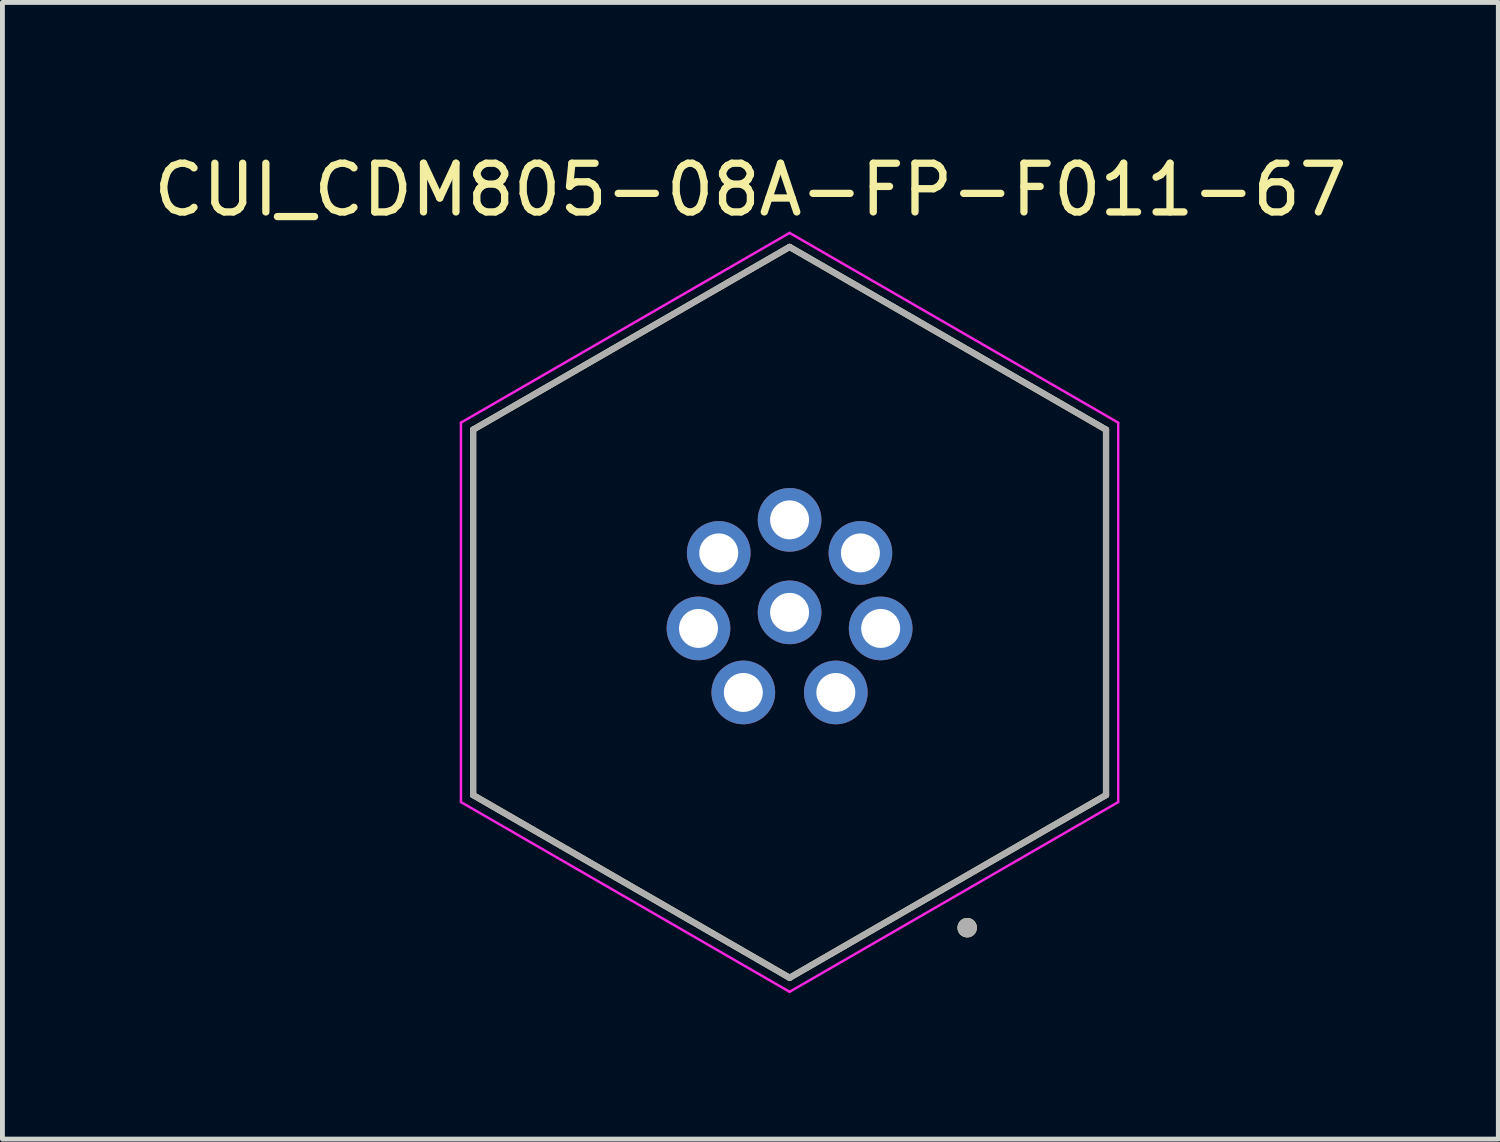
<source format=kicad_pcb>
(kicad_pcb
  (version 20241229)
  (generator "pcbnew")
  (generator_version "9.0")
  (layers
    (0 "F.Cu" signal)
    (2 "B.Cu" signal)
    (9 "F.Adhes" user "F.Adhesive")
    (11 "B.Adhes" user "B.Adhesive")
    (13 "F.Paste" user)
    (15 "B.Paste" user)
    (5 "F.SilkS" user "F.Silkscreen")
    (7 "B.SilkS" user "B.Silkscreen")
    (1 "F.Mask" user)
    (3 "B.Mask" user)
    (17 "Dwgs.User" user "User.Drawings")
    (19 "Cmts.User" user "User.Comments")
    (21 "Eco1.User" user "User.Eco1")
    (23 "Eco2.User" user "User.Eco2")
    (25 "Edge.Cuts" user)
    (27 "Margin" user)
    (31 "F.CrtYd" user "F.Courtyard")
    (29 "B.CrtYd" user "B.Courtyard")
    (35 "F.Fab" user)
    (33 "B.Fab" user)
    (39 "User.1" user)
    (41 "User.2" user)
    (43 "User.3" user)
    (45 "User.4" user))
  (footprint "CUI_CDM805-08A-FP-F011-67"
    (layer "F.Cu")
    (at 13.168 9.528)
    (property "Reference" "CUI_CDM805-08A-FP-F011-67" (at -0.805 -8.68 0) (layer "F.SilkS") (effects (font (size 1 1) (thickness 0.15))))
    (attr through_hole)
    (fp_line (start -6.5 -3.753) (end -6.5 3.753) (stroke (width 0.127) (type solid)) (layer "F.SilkS"))
    (fp_line (start -6.5 3.753) (end 0 7.506) (stroke (width 0.127) (type solid)) (layer "F.SilkS"))
    (fp_line (start 0 -7.506) (end -6.5 -3.753) (stroke (width 0.127) (type solid)) (layer "F.SilkS"))
    (fp_line (start 0 7.506) (end 6.5 3.753) (stroke (width 0.127) (type solid)) (layer "F.SilkS"))
    (fp_line (start 6.5 -3.753) (end 0 -7.506) (stroke (width 0.127) (type solid)) (layer "F.SilkS"))
    (fp_line (start 6.5 3.753) (end 6.5 -3.753) (stroke (width 0.127) (type solid)) (layer "F.SilkS"))
    (fp_circle (center 3.648 6.477) (end 3.748 6.477) (stroke (width 0.2) (type solid)) (fill no) (layer "F.SilkS"))
    (fp_line (start -6.75 -3.897) (end -6.75 3.897) (stroke (width 0.05) (type solid)) (layer "F.CrtYd"))
    (fp_line (start -6.75 3.897) (end 0 7.794) (stroke (width 0.05) (type solid)) (layer "F.CrtYd"))
    (fp_line (start 0 -7.794) (end -6.75 -3.897) (stroke (width 0.05) (type solid)) (layer "F.CrtYd"))
    (fp_line (start 0 7.794) (end 6.75 3.897) (stroke (width 0.05) (type solid)) (layer "F.CrtYd"))
    (fp_line (start 6.75 -3.897) (end 0 -7.794) (stroke (width 0.05) (type solid)) (layer "F.CrtYd"))
    (fp_line (start 6.75 3.897) (end 6.75 -3.897) (stroke (width 0.05) (type solid)) (layer "F.CrtYd"))
    (fp_line (start -6.5 -3.753) (end -6.5 3.753) (stroke (width 0.127) (type solid)) (layer "F.Fab"))
    (fp_line (start -6.5 3.753) (end 0 7.506) (stroke (width 0.127) (type solid)) (layer "F.Fab"))
    (fp_line (start 0 -7.506) (end -6.5 -3.753) (stroke (width 0.127) (type solid)) (layer "F.Fab"))
    (fp_line (start 0 7.506) (end 6.5 3.753) (stroke (width 0.127) (type solid)) (layer "F.Fab"))
    (fp_line (start 6.5 -3.753) (end 0 -7.506) (stroke (width 0.127) (type solid)) (layer "F.Fab"))
    (fp_line (start 6.5 3.753) (end 6.5 -3.753) (stroke (width 0.127) (type solid)) (layer "F.Fab"))
    (fp_circle (center 3.648 6.477) (end 3.748 6.477) (stroke (width 0.2) (type solid)) (fill no) (layer "F.Fab"))
    (pad "1" thru_hole circle (at 0.95 1.645) (size 1.308 1.308) (drill 0.8) (layers "*.Cu" "*.Mask"))
    (pad "2" thru_hole circle (at -0.95 1.645) (size 1.308 1.308) (drill 0.8) (layers "*.Cu" "*.Mask"))
    (pad "3" thru_hole circle (at -1.871 0.33) (size 1.308 1.308) (drill 0.8) (layers "*.Cu" "*.Mask"))
    (pad "4" thru_hole circle (at -1.455 -1.221) (size 1.308 1.308) (drill 0.8) (layers "*.Cu" "*.Mask"))
    (pad "5" thru_hole circle (at 0 -1.9) (size 1.308 1.308) (drill 0.8) (layers "*.Cu" "*.Mask"))
    (pad "6" thru_hole circle (at 1.455 -1.221) (size 1.308 1.308) (drill 0.8) (layers "*.Cu" "*.Mask"))
    (pad "7" thru_hole circle (at 1.871 0.33) (size 1.308 1.308) (drill 0.8) (layers "*.Cu" "*.Mask"))
    (pad "8" thru_hole circle (at 0 0) (size 1.308 1.308) (drill 0.8) (layers "*.Cu" "*.Mask")))
  (gr_rect
    (start -3 -3)
    (end 27.726 20.347)
    (stroke (width 0.1) (type default))
    (fill no)
    (layer "Edge.Cuts")))
</source>
